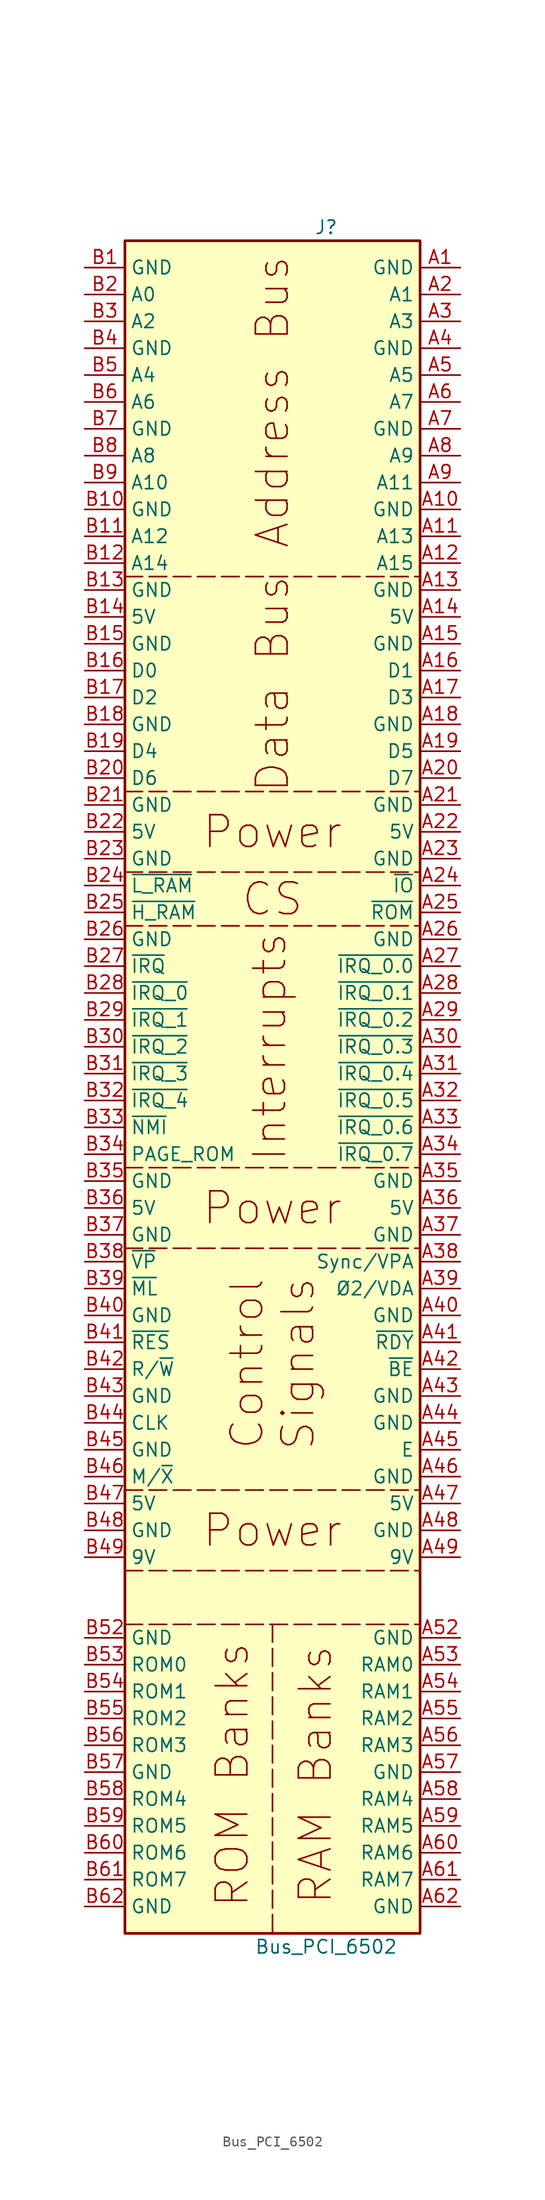
<source format=kicad_sym>
(kicad_symbol_lib
  (version 20231120)
  (generator "kicad_symbol_editor")
  (generator_version "8.0")
  (symbol "Bus_PCI_6502"
    (property "Reference" "J"
      (at 5.08 80.01 0)
      (effects (font (size 1.27 1.27))))
    (property "Value" "Bus_PCI_6502"
      (at 5.08 -82.55 0)
      (effects (font (size 1.27 1.27))))
    (symbol "Bus_PCI_6502_1_1"
      (rectangle (start -13.97 78.74) (end 13.97 -81.28) (stroke (width 0.254) (type default)) (fill (type background)))
      (polyline (pts (xy -13.97 -52.07) (xy 13.97 -52.07)) (stroke (width 0) (type dash)) (fill (type none)))
      (polyline (pts (xy -13.97 -46.99) (xy 13.97 -46.99)) (stroke (width 0) (type dash)) (fill (type none)))
      (polyline (pts (xy -13.97 -39.37) (xy 13.97 -39.37)) (stroke (width 0) (type dash)) (fill (type none)))
      (polyline (pts (xy -13.97 -16.51) (xy 13.97 -16.51)) (stroke (width 0) (type dash)) (fill (type none)))
      (polyline (pts (xy -13.97 -8.89) (xy 13.97 -8.89)) (stroke (width 0) (type dash)) (fill (type none)))
      (polyline (pts (xy -13.97 13.97) (xy 13.97 13.97)) (stroke (width 0) (type dash)) (fill (type none)))
      (polyline (pts (xy -13.97 19.05) (xy 13.97 19.05)) (stroke (width 0) (type dash)) (fill (type none)))
      (polyline (pts (xy -13.97 26.67) (xy 13.97 26.67)) (stroke (width 0) (type dash)) (fill (type none)))
      (polyline (pts (xy -13.97 46.99) (xy 13.97 46.99)) (stroke (width 0) (type dash)) (fill (type none)))
      (polyline (pts (xy 0 -52.07) (xy 0 -81.28)) (stroke (width 0) (type dash)) (fill (type none)))
      (text "Address Bus" (at 0 63.5 900) (effects (font (size 3 3))))
      (text "Control\nSignals" (at 0 -27.432 900) (effects (font (size 3 3))))
      (text "CS" (at 0 16.51 0) (effects (font (size 3 3))))
      (text "Data Bus" (at 0 36.83 900) (effects (font (size 3 3))))
      (text "Interrupts" (at -0.254 2.54 900) (effects (font (size 3 3))))
      (text "Power" (at 0 -43.18 0) (effects (font (size 3 3))))
      (text "Power" (at 0 -12.7 0) (effects (font (size 3 3))))
      (text "Power" (at 0 22.86 0) (effects (font (size 3 3))))
      (text "RAM Banks" (at 4.064 -66.294 900) (effects (font (size 3 3))))
      (text "ROM Banks" (at -3.81 -66.294 900) (effects (font (size 3 3))))
      (pin power_in line (at 17.78 76.2 180) (length 3.81) (name "GND" (effects (font (size 1.27 1.27)))) (number "A1" (effects (font (size 1.27 1.27)))))
      (pin power_in line (at 17.78 53.34 180) (length 3.81) (name "GND" (effects (font (size 1.27 1.27)))) (number "A10" (effects (font (size 1.27 1.27)))))
      (pin bidirectional line (at 17.78 50.8 180) (length 3.81) (name "A13" (effects (font (size 1.27 1.27)))) (number "A11" (effects (font (size 1.27 1.27)))))
      (pin bidirectional line (at 17.78 48.26 180) (length 3.81) (name "A15" (effects (font (size 1.27 1.27)))) (number "A12" (effects (font (size 1.27 1.27)))))
      (pin power_in line (at 17.78 45.72 180) (length 3.81) (name "GND" (effects (font (size 1.27 1.27)))) (number "A13" (effects (font (size 1.27 1.27)))))
      (pin power_in line (at 17.78 43.18 180) (length 3.81) (name "5V" (effects (font (size 1.27 1.27)))) (number "A14" (effects (font (size 1.27 1.27)))))
      (pin power_in line (at 17.78 40.64 180) (length 3.81) (name "GND" (effects (font (size 1.27 1.27)))) (number "A15" (effects (font (size 1.27 1.27)))))
      (pin bidirectional line (at 17.78 38.1 180) (length 3.81) (name "D1" (effects (font (size 1.27 1.27)))) (number "A16" (effects (font (size 1.27 1.27)))))
      (pin bidirectional line (at 17.78 35.56 180) (length 3.81) (name "D3" (effects (font (size 1.27 1.27)))) (number "A17" (effects (font (size 1.27 1.27)))))
      (pin power_in line (at 17.78 33.02 180) (length 3.81) (name "GND" (effects (font (size 1.27 1.27)))) (number "A18" (effects (font (size 1.27 1.27)))))
      (pin bidirectional line (at 17.78 30.48 180) (length 3.81) (name "D5" (effects (font (size 1.27 1.27)))) (number "A19" (effects (font (size 1.27 1.27)))))
      (pin bidirectional line (at 17.78 73.66 180) (length 3.81) (name "A1" (effects (font (size 1.27 1.27)))) (number "A2" (effects (font (size 1.27 1.27)))))
      (pin bidirectional line (at 17.78 27.94 180) (length 3.81) (name "D7" (effects (font (size 1.27 1.27)))) (number "A20" (effects (font (size 1.27 1.27)))))
      (pin power_in line (at 17.78 25.4 180) (length 3.81) (name "GND" (effects (font (size 1.27 1.27)))) (number "A21" (effects (font (size 1.27 1.27)))))
      (pin power_in line (at 17.78 22.86 180) (length 3.81) (name "5V" (effects (font (size 1.27 1.27)))) (number "A22" (effects (font (size 1.27 1.27)))))
      (pin power_in line (at 17.78 20.32 180) (length 3.81) (name "GND" (effects (font (size 1.27 1.27)))) (number "A23" (effects (font (size 1.27 1.27)))))
      (pin bidirectional line (at 17.78 17.78 180) (length 3.81) (name "~{IO}" (effects (font (size 1.27 1.27)))) (number "A24" (effects (font (size 1.27 1.27)))))
      (pin bidirectional line (at 17.78 15.24 180) (length 3.81) (name "~{ROM}" (effects (font (size 1.27 1.27)))) (number "A25" (effects (font (size 1.27 1.27)))))
      (pin power_in line (at 17.78 12.7 180) (length 3.81) (name "GND" (effects (font (size 1.27 1.27)))) (number "A26" (effects (font (size 1.27 1.27)))))
      (pin input line (at 17.78 10.16 180) (length 3.81) (name "~{IRQ_0.0}" (effects (font (size 1.27 1.27)))) (number "A27" (effects (font (size 1.27 1.27)))))
      (pin input line (at 17.78 7.62 180) (length 3.81) (name "~{IRQ_0.1}" (effects (font (size 1.27 1.27)))) (number "A28" (effects (font (size 1.27 1.27)))))
      (pin input line (at 17.78 5.08 180) (length 3.81) (name "~{IRQ_0.2}" (effects (font (size 1.27 1.27)))) (number "A29" (effects (font (size 1.27 1.27)))))
      (pin bidirectional line (at 17.78 71.12 180) (length 3.81) (name "A3" (effects (font (size 1.27 1.27)))) (number "A3" (effects (font (size 1.27 1.27)))))
      (pin input line (at 17.78 2.54 180) (length 3.81) (name "~{IRQ_0.3}" (effects (font (size 1.27 1.27)))) (number "A30" (effects (font (size 1.27 1.27)))))
      (pin input line (at 17.78 0 180) (length 3.81) (name "~{IRQ_0.4}" (effects (font (size 1.27 1.27)))) (number "A31" (effects (font (size 1.27 1.27)))))
      (pin input line (at 17.78 -2.54 180) (length 3.81) (name "~{IRQ_0.5}" (effects (font (size 1.27 1.27)))) (number "A32" (effects (font (size 1.27 1.27)))))
      (pin input line (at 17.78 -5.08 180) (length 3.81) (name "~{IRQ_0.6}" (effects (font (size 1.27 1.27)))) (number "A33" (effects (font (size 1.27 1.27)))))
      (pin input line (at 17.78 -7.62 180) (length 3.81) (name "~{IRQ_0.7}" (effects (font (size 1.27 1.27)))) (number "A34" (effects (font (size 1.27 1.27)))))
      (pin power_in line (at 17.78 -10.16 180) (length 3.81) (name "GND" (effects (font (size 1.27 1.27)))) (number "A35" (effects (font (size 1.27 1.27)))))
      (pin power_in line (at 17.78 -12.7 180) (length 3.81) (name "5V" (effects (font (size 1.27 1.27)))) (number "A36" (effects (font (size 1.27 1.27)))))
      (pin power_in line (at 17.78 -15.24 180) (length 3.81) (name "GND" (effects (font (size 1.27 1.27)))) (number "A37" (effects (font (size 1.27 1.27)))))
      (pin bidirectional line (at 17.78 -17.78 180) (length 3.81) (name "Sync/VPA" (effects (font (size 1.27 1.27)))) (number "A38" (effects (font (size 1.27 1.27)))))
      (pin bidirectional line (at 17.78 -20.32 180) (length 3.81) (name "Ø2/VDA" (effects (font (size 1.27 1.27)))) (number "A39" (effects (font (size 1.27 1.27)))))
      (pin power_in line (at 17.78 68.58 180) (length 3.81) (name "GND" (effects (font (size 1.27 1.27)))) (number "A4" (effects (font (size 1.27 1.27)))))
      (pin power_in line (at 17.78 -22.86 180) (length 3.81) (name "GND" (effects (font (size 1.27 1.27)))) (number "A40" (effects (font (size 1.27 1.27)))))
      (pin input line (at 17.78 -25.4 180) (length 3.81) (name "~{RDY}" (effects (font (size 1.27 1.27)))) (number "A41" (effects (font (size 1.27 1.27)))))
      (pin input line (at 17.78 -27.94 180) (length 3.81) (name "~{BE}" (effects (font (size 1.27 1.27)))) (number "A42" (effects (font (size 1.27 1.27)))))
      (pin power_in line (at 17.78 -30.48 180) (length 3.81) (name "GND" (effects (font (size 1.27 1.27)))) (number "A43" (effects (font (size 1.27 1.27)))))
      (pin power_in line (at 17.78 -33.02 180) (length 3.81) (name "GND" (effects (font (size 1.27 1.27)))) (number "A44" (effects (font (size 1.27 1.27)))))
      (pin output line (at 17.78 -35.56 180) (length 3.81) (name "E" (effects (font (size 1.27 1.27)))) (number "A45" (effects (font (size 1.27 1.27)))))
      (pin power_in line (at 17.78 -38.1 180) (length 3.81) (name "GND" (effects (font (size 1.27 1.27)))) (number "A46" (effects (font (size 1.27 1.27)))))
      (pin power_in line (at 17.78 -40.64 180) (length 3.81) (name "5V" (effects (font (size 1.27 1.27)))) (number "A47" (effects (font (size 1.27 1.27)))))
      (pin power_in line (at 17.78 -43.18 180) (length 3.81) (name "GND" (effects (font (size 1.27 1.27)))) (number "A48" (effects (font (size 1.27 1.27)))))
      (pin power_in line (at 17.78 -45.72 180) (length 3.81) (name "9V" (effects (font (size 1.27 1.27)))) (number "A49" (effects (font (size 1.27 1.27)))))
      (pin bidirectional line (at 17.78 66.04 180) (length 3.81) (name "A5" (effects (font (size 1.27 1.27)))) (number "A5" (effects (font (size 1.27 1.27)))))
      (pin power_in line (at 17.78 -53.34 180) (length 3.81) (name "GND" (effects (font (size 1.27 1.27)))) (number "A52" (effects (font (size 1.27 1.27)))))
      (pin bidirectional line (at 17.78 -55.88 180) (length 3.81) (name "RAM0" (effects (font (size 1.27 1.27)))) (number "A53" (effects (font (size 1.27 1.27)))))
      (pin bidirectional line (at 17.78 -58.42 180) (length 3.81) (name "RAM1" (effects (font (size 1.27 1.27)))) (number "A54" (effects (font (size 1.27 1.27)))))
      (pin bidirectional line (at 17.78 -60.96 180) (length 3.81) (name "RAM2" (effects (font (size 1.27 1.27)))) (number "A55" (effects (font (size 1.27 1.27)))))
      (pin bidirectional line (at 17.78 -63.5 180) (length 3.81) (name "RAM3" (effects (font (size 1.27 1.27)))) (number "A56" (effects (font (size 1.27 1.27)))))
      (pin power_in line (at 17.78 -66.04 180) (length 3.81) (name "GND" (effects (font (size 1.27 1.27)))) (number "A57" (effects (font (size 1.27 1.27)))))
      (pin bidirectional line (at 17.78 -68.58 180) (length 3.81) (name "RAM4" (effects (font (size 1.27 1.27)))) (number "A58" (effects (font (size 1.27 1.27)))))
      (pin bidirectional line (at 17.78 -71.12 180) (length 3.81) (name "RAM5" (effects (font (size 1.27 1.27)))) (number "A59" (effects (font (size 1.27 1.27)))))
      (pin bidirectional line (at 17.78 63.5 180) (length 3.81) (name "A7" (effects (font (size 1.27 1.27)))) (number "A6" (effects (font (size 1.27 1.27)))))
      (pin bidirectional line (at 17.78 -73.66 180) (length 3.81) (name "RAM6" (effects (font (size 1.27 1.27)))) (number "A60" (effects (font (size 1.27 1.27)))))
      (pin bidirectional line (at 17.78 -76.2 180) (length 3.81) (name "RAM7" (effects (font (size 1.27 1.27)))) (number "A61" (effects (font (size 1.27 1.27)))))
      (pin power_in line (at 17.78 -78.74 180) (length 3.81) (name "GND" (effects (font (size 1.27 1.27)))) (number "A62" (effects (font (size 1.27 1.27)))))
      (pin power_in line (at 17.78 60.96 180) (length 3.81) (name "GND" (effects (font (size 1.27 1.27)))) (number "A7" (effects (font (size 1.27 1.27)))))
      (pin bidirectional line (at 17.78 58.42 180) (length 3.81) (name "A9" (effects (font (size 1.27 1.27)))) (number "A8" (effects (font (size 1.27 1.27)))))
      (pin bidirectional line (at 17.78 55.88 180) (length 3.81) (name "A11" (effects (font (size 1.27 1.27)))) (number "A9" (effects (font (size 1.27 1.27)))))
      (pin power_in line (at -17.78 76.2 0) (length 3.81) (name "GND" (effects (font (size 1.27 1.27)))) (number "B1" (effects (font (size 1.27 1.27)))))
      (pin power_in line (at -17.78 53.34 0) (length 3.81) (name "GND" (effects (font (size 1.27 1.27)))) (number "B10" (effects (font (size 1.27 1.27)))))
      (pin bidirectional line (at -17.78 50.8 0) (length 3.81) (name "A12" (effects (font (size 1.27 1.27)))) (number "B11" (effects (font (size 1.27 1.27)))))
      (pin bidirectional line (at -17.78 48.26 0) (length 3.81) (name "A14" (effects (font (size 1.27 1.27)))) (number "B12" (effects (font (size 1.27 1.27)))))
      (pin power_in line (at -17.78 45.72 0) (length 3.81) (name "GND" (effects (font (size 1.27 1.27)))) (number "B13" (effects (font (size 1.27 1.27)))))
      (pin power_in line (at -17.78 43.18 0) (length 3.81) (name "5V" (effects (font (size 1.27 1.27)))) (number "B14" (effects (font (size 1.27 1.27)))))
      (pin power_in line (at -17.78 40.64 0) (length 3.81) (name "GND" (effects (font (size 1.27 1.27)))) (number "B15" (effects (font (size 1.27 1.27)))))
      (pin bidirectional line (at -17.78 38.1 0) (length 3.81) (name "D0" (effects (font (size 1.27 1.27)))) (number "B16" (effects (font (size 1.27 1.27)))))
      (pin bidirectional line (at -17.78 35.56 0) (length 3.81) (name "D2" (effects (font (size 1.27 1.27)))) (number "B17" (effects (font (size 1.27 1.27)))))
      (pin power_in line (at -17.78 33.02 0) (length 3.81) (name "GND" (effects (font (size 1.27 1.27)))) (number "B18" (effects (font (size 1.27 1.27)))))
      (pin bidirectional line (at -17.78 30.48 0) (length 3.81) (name "D4" (effects (font (size 1.27 1.27)))) (number "B19" (effects (font (size 1.27 1.27)))))
      (pin bidirectional line (at -17.78 73.66 0) (length 3.81) (name "A0" (effects (font (size 1.27 1.27)))) (number "B2" (effects (font (size 1.27 1.27)))))
      (pin bidirectional line (at -17.78 27.94 0) (length 3.81) (name "D6" (effects (font (size 1.27 1.27)))) (number "B20" (effects (font (size 1.27 1.27)))))
      (pin power_in line (at -17.78 25.4 0) (length 3.81) (name "GND" (effects (font (size 1.27 1.27)))) (number "B21" (effects (font (size 1.27 1.27)))))
      (pin power_in line (at -17.78 22.86 0) (length 3.81) (name "5V" (effects (font (size 1.27 1.27)))) (number "B22" (effects (font (size 1.27 1.27)))))
      (pin power_in line (at -17.78 20.32 0) (length 3.81) (name "GND" (effects (font (size 1.27 1.27)))) (number "B23" (effects (font (size 1.27 1.27)))))
      (pin bidirectional line (at -17.78 17.78 0) (length 3.81) (name "~{L_RAM}" (effects (font (size 1.27 1.27)))) (number "B24" (effects (font (size 1.27 1.27)))))
      (pin bidirectional line (at -17.78 15.24 0) (length 3.81) (name "~{H_RAM}" (effects (font (size 1.27 1.27)))) (number "B25" (effects (font (size 1.27 1.27)))))
      (pin power_in line (at -17.78 12.7 0) (length 3.81) (name "GND" (effects (font (size 1.27 1.27)))) (number "B26" (effects (font (size 1.27 1.27)))))
      (pin input line (at -17.78 10.16 0) (length 3.81) (name "~{IRQ}" (effects (font (size 1.27 1.27)))) (number "B27" (effects (font (size 1.27 1.27)))))
      (pin input line (at -17.78 7.62 0) (length 3.81) (name "~{IRQ_0}" (effects (font (size 1.27 1.27)))) (number "B28" (effects (font (size 1.27 1.27)))))
      (pin input line (at -17.78 5.08 0) (length 3.81) (name "~{IRQ_1}" (effects (font (size 1.27 1.27)))) (number "B29" (effects (font (size 1.27 1.27)))))
      (pin bidirectional line (at -17.78 71.12 0) (length 3.81) (name "A2" (effects (font (size 1.27 1.27)))) (number "B3" (effects (font (size 1.27 1.27)))))
      (pin input line (at -17.78 2.54 0) (length 3.81) (name "~{IRQ_2}" (effects (font (size 1.27 1.27)))) (number "B30" (effects (font (size 1.27 1.27)))))
      (pin input line (at -17.78 0 0) (length 3.81) (name "~{IRQ_3}" (effects (font (size 1.27 1.27)))) (number "B31" (effects (font (size 1.27 1.27)))))
      (pin input line (at -17.78 -2.54 0) (length 3.81) (name "~{IRQ_4}" (effects (font (size 1.27 1.27)))) (number "B32" (effects (font (size 1.27 1.27)))))
      (pin input line (at -17.78 -5.08 0) (length 3.81) (name "~{NMI}" (effects (font (size 1.27 1.27)))) (number "B33" (effects (font (size 1.27 1.27)))))
      (pin output line (at -17.78 -7.62 0) (length 3.81) (name "PAGE_ROM" (effects (font (size 1.27 1.27)))) (number "B34" (effects (font (size 1.27 1.27)))))
      (pin power_in line (at -17.78 -10.16 0) (length 3.81) (name "GND" (effects (font (size 1.27 1.27)))) (number "B35" (effects (font (size 1.27 1.27)))))
      (pin power_in line (at -17.78 -12.7 0) (length 3.81) (name "5V" (effects (font (size 1.27 1.27)))) (number "B36" (effects (font (size 1.27 1.27)))))
      (pin power_in line (at -17.78 -15.24 0) (length 3.81) (name "GND" (effects (font (size 1.27 1.27)))) (number "B37" (effects (font (size 1.27 1.27)))))
      (pin bidirectional line (at -17.78 -17.78 0) (length 3.81) (name "~{VP}" (effects (font (size 1.27 1.27)))) (number "B38" (effects (font (size 1.27 1.27)))))
      (pin bidirectional line (at -17.78 -20.32 0) (length 3.81) (name "~{ML}" (effects (font (size 1.27 1.27)))) (number "B39" (effects (font (size 1.27 1.27)))))
      (pin power_in line (at -17.78 68.58 0) (length 3.81) (name "GND" (effects (font (size 1.27 1.27)))) (number "B4" (effects (font (size 1.27 1.27)))))
      (pin power_in line (at -17.78 -22.86 0) (length 3.81) (name "GND" (effects (font (size 1.27 1.27)))) (number "B40" (effects (font (size 1.27 1.27)))))
      (pin input line (at -17.78 -25.4 0) (length 3.81) (name "~{RES}" (effects (font (size 1.27 1.27)))) (number "B41" (effects (font (size 1.27 1.27)))))
      (pin bidirectional line (at -17.78 -27.94 0) (length 3.81) (name "R/~{W}" (effects (font (size 1.27 1.27)))) (number "B42" (effects (font (size 1.27 1.27)))))
      (pin power_in line (at -17.78 -30.48 0) (length 3.81) (name "GND" (effects (font (size 1.27 1.27)))) (number "B43" (effects (font (size 1.27 1.27)))))
      (pin bidirectional line (at -17.78 -33.02 0) (length 3.81) (name "CLK" (effects (font (size 1.27 1.27)))) (number "B44" (effects (font (size 1.27 1.27)))))
      (pin power_in line (at -17.78 -35.56 0) (length 3.81) (name "GND" (effects (font (size 1.27 1.27)))) (number "B45" (effects (font (size 1.27 1.27)))))
      (pin bidirectional line (at -17.78 -38.1 0) (length 3.81) (name "M/~{X}" (effects (font (size 1.27 1.27)))) (number "B46" (effects (font (size 1.27 1.27)))))
      (pin power_in line (at -17.78 -40.64 0) (length 3.81) (name "5V" (effects (font (size 1.27 1.27)))) (number "B47" (effects (font (size 1.27 1.27)))))
      (pin power_in line (at -17.78 -43.18 0) (length 3.81) (name "GND" (effects (font (size 1.27 1.27)))) (number "B48" (effects (font (size 1.27 1.27)))))
      (pin power_in line (at -17.78 -45.72 0) (length 3.81) (name "9V" (effects (font (size 1.27 1.27)))) (number "B49" (effects (font (size 1.27 1.27)))))
      (pin bidirectional line (at -17.78 66.04 0) (length 3.81) (name "A4" (effects (font (size 1.27 1.27)))) (number "B5" (effects (font (size 1.27 1.27)))))
      (pin power_in line (at -17.78 -53.34 0) (length 3.81) (name "GND" (effects (font (size 1.27 1.27)))) (number "B52" (effects (font (size 1.27 1.27)))))
      (pin bidirectional line (at -17.78 -55.88 0) (length 3.81) (name "ROM0" (effects (font (size 1.27 1.27)))) (number "B53" (effects (font (size 1.27 1.27)))))
      (pin bidirectional line (at -17.78 -58.42 0) (length 3.81) (name "ROM1" (effects (font (size 1.27 1.27)))) (number "B54" (effects (font (size 1.27 1.27)))))
      (pin bidirectional line (at -17.78 -60.96 0) (length 3.81) (name "ROM2" (effects (font (size 1.27 1.27)))) (number "B55" (effects (font (size 1.27 1.27)))))
      (pin bidirectional line (at -17.78 -63.5 0) (length 3.81) (name "ROM3" (effects (font (size 1.27 1.27)))) (number "B56" (effects (font (size 1.27 1.27)))))
      (pin power_in line (at -17.78 -66.04 0) (length 3.81) (name "GND" (effects (font (size 1.27 1.27)))) (number "B57" (effects (font (size 1.27 1.27)))))
      (pin bidirectional line (at -17.78 -68.58 0) (length 3.81) (name "ROM4" (effects (font (size 1.27 1.27)))) (number "B58" (effects (font (size 1.27 1.27)))))
      (pin bidirectional line (at -17.78 -71.12 0) (length 3.81) (name "ROM5" (effects (font (size 1.27 1.27)))) (number "B59" (effects (font (size 1.27 1.27)))))
      (pin bidirectional line (at -17.78 63.5 0) (length 3.81) (name "A6" (effects (font (size 1.27 1.27)))) (number "B6" (effects (font (size 1.27 1.27)))))
      (pin bidirectional line (at -17.78 -73.66 0) (length 3.81) (name "ROM6" (effects (font (size 1.27 1.27)))) (number "B60" (effects (font (size 1.27 1.27)))))
      (pin bidirectional line (at -17.78 -76.2 0) (length 3.81) (name "ROM7" (effects (font (size 1.27 1.27)))) (number "B61" (effects (font (size 1.27 1.27)))))
      (pin power_in line (at -17.78 -78.74 0) (length 3.81) (name "GND" (effects (font (size 1.27 1.27)))) (number "B62" (effects (font (size 1.27 1.27)))))
      (pin power_in line (at -17.78 60.96 0) (length 3.81) (name "GND" (effects (font (size 1.27 1.27)))) (number "B7" (effects (font (size 1.27 1.27)))))
      (pin bidirectional line (at -17.78 58.42 0) (length 3.81) (name "A8" (effects (font (size 1.27 1.27)))) (number "B8" (effects (font (size 1.27 1.27)))))
      (pin bidirectional line (at -17.78 55.88 0) (length 3.81) (name "A10" (effects (font (size 1.27 1.27)))) (number "B9" (effects (font (size 1.27 1.27))))))))
</source>
